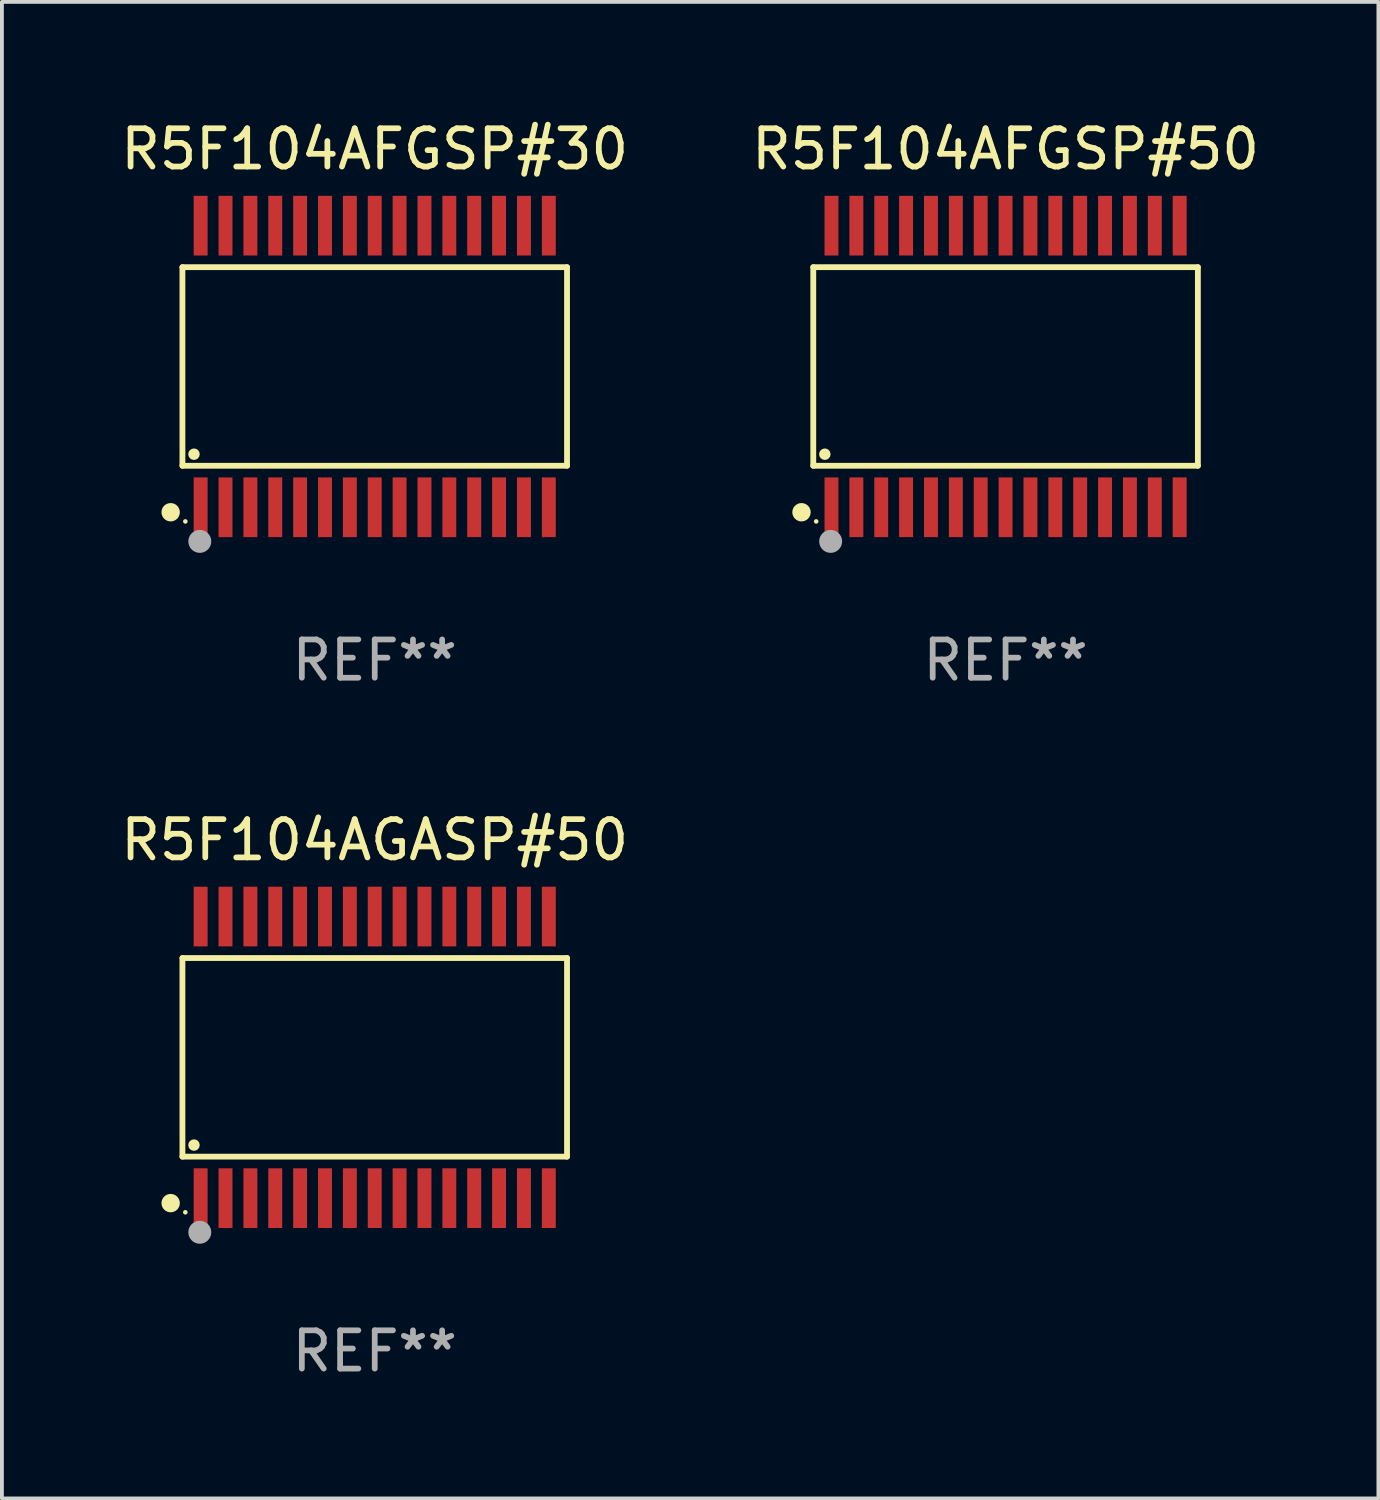
<source format=kicad_pcb>
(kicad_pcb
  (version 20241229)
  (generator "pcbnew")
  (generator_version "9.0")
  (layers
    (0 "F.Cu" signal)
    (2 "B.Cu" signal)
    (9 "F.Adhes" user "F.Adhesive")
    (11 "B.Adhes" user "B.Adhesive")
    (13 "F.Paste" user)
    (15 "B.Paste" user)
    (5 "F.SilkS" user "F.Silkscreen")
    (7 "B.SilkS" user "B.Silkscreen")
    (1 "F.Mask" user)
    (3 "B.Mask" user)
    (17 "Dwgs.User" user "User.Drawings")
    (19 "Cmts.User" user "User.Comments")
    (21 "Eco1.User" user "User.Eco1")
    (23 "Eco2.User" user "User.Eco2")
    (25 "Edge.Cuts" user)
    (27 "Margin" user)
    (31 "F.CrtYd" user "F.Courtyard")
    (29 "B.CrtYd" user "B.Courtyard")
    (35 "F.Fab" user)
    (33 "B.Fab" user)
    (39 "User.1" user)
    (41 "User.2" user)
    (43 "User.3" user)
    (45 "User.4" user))
  (footprint "R5F104AGASP#50"
    (layer "F.Cu")
    (at 6.744 24.585)
    (property "Reference" "R5F104AGASP#50" (at 0 -5.68 0) (layer "F.SilkS") (effects (font (size 1 1) (thickness 0.15))))
    (attr through_hole)
    (fp_line (start -5.026 -2.595) (end 5.026 -2.595) (stroke (width 0.152) (type solid)) (layer "F.SilkS"))
    (fp_line (start -5.026 2.595) (end -5.026 -2.595) (stroke (width 0.152) (type solid)) (layer "F.SilkS"))
    (fp_line (start 5.026 -2.595) (end 5.026 2.595) (stroke (width 0.152) (type solid)) (layer "F.SilkS"))
    (fp_line (start 5.026 2.595) (end -5.026 2.595) (stroke (width 0.152) (type solid)) (layer "F.SilkS"))
    (fp_circle (center -5.334 3.81) (end -5.214 3.81) (stroke (width 0.24) (type solid)) (fill no) (layer "F.SilkS"))
    (fp_circle (center -4.95 4.05) (end -4.92 4.05) (stroke (width 0.06) (type solid)) (fill no) (layer "F.SilkS"))
    (fp_circle (center -4.724 2.293) (end -4.649 2.293) (stroke (width 0.15) (type solid)) (fill no) (layer "F.SilkS"))
    (fp_circle (center -4.572 4.572) (end -4.422 4.572) (stroke (width 0.3) (type solid)) (fill no) (layer "F.Fab"))
    (fp_text user "REF**" (at 0 7.68 0) (layer "F.Fab") (effects (font (size 1 1) (thickness 0.15))))
    (pad "1" smd rect (at -4.55 3.68) (size 0.364 1.56) (layers "F.Cu" "F.Mask" "F.Paste"))
    (pad "2" smd rect (at -3.9 3.68) (size 0.364 1.56) (layers "F.Cu" "F.Mask" "F.Paste"))
    (pad "3" smd rect (at -3.25 3.68) (size 0.364 1.56) (layers "F.Cu" "F.Mask" "F.Paste"))
    (pad "4" smd rect (at -2.6 3.68) (size 0.364 1.56) (layers "F.Cu" "F.Mask" "F.Paste"))
    (pad "5" smd rect (at -1.95 3.68) (size 0.364 1.56) (layers "F.Cu" "F.Mask" "F.Paste"))
    (pad "6" smd rect (at -1.3 3.68) (size 0.364 1.56) (layers "F.Cu" "F.Mask" "F.Paste"))
    (pad "7" smd rect (at -0.65 3.68) (size 0.364 1.56) (layers "F.Cu" "F.Mask" "F.Paste"))
    (pad "8" smd rect (at -0.000013 3.68) (size 0.364 1.56) (layers "F.Cu" "F.Mask" "F.Paste"))
    (pad "9" smd rect (at 0.65 3.68) (size 0.364 1.56) (layers "F.Cu" "F.Mask" "F.Paste"))
    (pad "10" smd rect (at 1.3 3.68) (size 0.364 1.56) (layers "F.Cu" "F.Mask" "F.Paste"))
    (pad "11" smd rect (at 1.95 3.68) (size 0.364 1.56) (layers "F.Cu" "F.Mask" "F.Paste"))
    (pad "12" smd rect (at 2.6 3.68) (size 0.364 1.56) (layers "F.Cu" "F.Mask" "F.Paste"))
    (pad "13" smd rect (at 3.25 3.68) (size 0.364 1.56) (layers "F.Cu" "F.Mask" "F.Paste"))
    (pad "14" smd rect (at 3.9 3.68) (size 0.364 1.56) (layers "F.Cu" "F.Mask" "F.Paste"))
    (pad "15" smd rect (at 4.55 3.68) (size 0.364 1.56) (layers "F.Cu" "F.Mask" "F.Paste"))
    (pad "16" smd rect (at 4.55 -3.68) (size 0.364 1.56) (layers "F.Cu" "F.Mask" "F.Paste"))
    (pad "17" smd rect (at 3.9 -3.68) (size 0.364 1.56) (layers "F.Cu" "F.Mask" "F.Paste"))
    (pad "18" smd rect (at 3.25 -3.68) (size 0.364 1.56) (layers "F.Cu" "F.Mask" "F.Paste"))
    (pad "19" smd rect (at 2.6 -3.68) (size 0.364 1.56) (layers "F.Cu" "F.Mask" "F.Paste"))
    (pad "20" smd rect (at 1.95 -3.68) (size 0.364 1.56) (layers "F.Cu" "F.Mask" "F.Paste"))
    (pad "21" smd rect (at 1.3 -3.68) (size 0.364 1.56) (layers "F.Cu" "F.Mask" "F.Paste"))
    (pad "22" smd rect (at 0.65 -3.68) (size 0.364 1.56) (layers "F.Cu" "F.Mask" "F.Paste"))
    (pad "23" smd rect (at -0.000013 -3.68) (size 0.364 1.56) (layers "F.Cu" "F.Mask" "F.Paste"))
    (pad "24" smd rect (at -0.65 -3.68) (size 0.364 1.56) (layers "F.Cu" "F.Mask" "F.Paste"))
    (pad "25" smd rect (at -1.3 -3.68) (size 0.364 1.56) (layers "F.Cu" "F.Mask" "F.Paste"))
    (pad "26" smd rect (at -1.95 -3.68) (size 0.364 1.56) (layers "F.Cu" "F.Mask" "F.Paste"))
    (pad "27" smd rect (at -2.6 -3.68) (size 0.364 1.56) (layers "F.Cu" "F.Mask" "F.Paste"))
    (pad "28" smd rect (at -3.25 -3.68) (size 0.364 1.56) (layers "F.Cu" "F.Mask" "F.Paste"))
    (pad "29" smd rect (at -3.9 -3.68) (size 0.364 1.56) (layers "F.Cu" "F.Mask" "F.Paste"))
    (pad "30" smd rect (at -4.55 -3.68) (size 0.364 1.56) (layers "F.Cu" "F.Mask" "F.Paste")))
  (footprint "R5F104AFGSP#50"
    (layer "F.Cu")
    (at 23.232 6.528)
    (property "Reference" "R5F104AFGSP#50" (at 0 -5.68 0) (layer "F.SilkS") (effects (font (size 1 1) (thickness 0.15))))
    (attr through_hole)
    (fp_line (start -5.026 -2.595) (end 5.026 -2.595) (stroke (width 0.152) (type solid)) (layer "F.SilkS"))
    (fp_line (start -5.026 2.595) (end -5.026 -2.595) (stroke (width 0.152) (type solid)) (layer "F.SilkS"))
    (fp_line (start 5.026 -2.595) (end 5.026 2.595) (stroke (width 0.152) (type solid)) (layer "F.SilkS"))
    (fp_line (start 5.026 2.595) (end -5.026 2.595) (stroke (width 0.152) (type solid)) (layer "F.SilkS"))
    (fp_circle (center -5.334 3.81) (end -5.214 3.81) (stroke (width 0.24) (type solid)) (fill no) (layer "F.SilkS"))
    (fp_circle (center -4.95 4.05) (end -4.92 4.05) (stroke (width 0.06) (type solid)) (fill no) (layer "F.SilkS"))
    (fp_circle (center -4.724 2.293) (end -4.649 2.293) (stroke (width 0.15) (type solid)) (fill no) (layer "F.SilkS"))
    (fp_circle (center -4.572 4.572) (end -4.422 4.572) (stroke (width 0.3) (type solid)) (fill no) (layer "F.Fab"))
    (fp_text user "REF**" (at 0 7.68 0) (layer "F.Fab") (effects (font (size 1 1) (thickness 0.15))))
    (pad "1" smd rect (at -4.55 3.68) (size 0.364 1.56) (layers "F.Cu" "F.Mask" "F.Paste"))
    (pad "2" smd rect (at -3.9 3.68) (size 0.364 1.56) (layers "F.Cu" "F.Mask" "F.Paste"))
    (pad "3" smd rect (at -3.25 3.68) (size 0.364 1.56) (layers "F.Cu" "F.Mask" "F.Paste"))
    (pad "4" smd rect (at -2.6 3.68) (size 0.364 1.56) (layers "F.Cu" "F.Mask" "F.Paste"))
    (pad "5" smd rect (at -1.95 3.68) (size 0.364 1.56) (layers "F.Cu" "F.Mask" "F.Paste"))
    (pad "6" smd rect (at -1.3 3.68) (size 0.364 1.56) (layers "F.Cu" "F.Mask" "F.Paste"))
    (pad "7" smd rect (at -0.65 3.68) (size 0.364 1.56) (layers "F.Cu" "F.Mask" "F.Paste"))
    (pad "8" smd rect (at -0.000013 3.68) (size 0.364 1.56) (layers "F.Cu" "F.Mask" "F.Paste"))
    (pad "9" smd rect (at 0.65 3.68) (size 0.364 1.56) (layers "F.Cu" "F.Mask" "F.Paste"))
    (pad "10" smd rect (at 1.3 3.68) (size 0.364 1.56) (layers "F.Cu" "F.Mask" "F.Paste"))
    (pad "11" smd rect (at 1.95 3.68) (size 0.364 1.56) (layers "F.Cu" "F.Mask" "F.Paste"))
    (pad "12" smd rect (at 2.6 3.68) (size 0.364 1.56) (layers "F.Cu" "F.Mask" "F.Paste"))
    (pad "13" smd rect (at 3.25 3.68) (size 0.364 1.56) (layers "F.Cu" "F.Mask" "F.Paste"))
    (pad "14" smd rect (at 3.9 3.68) (size 0.364 1.56) (layers "F.Cu" "F.Mask" "F.Paste"))
    (pad "15" smd rect (at 4.55 3.68) (size 0.364 1.56) (layers "F.Cu" "F.Mask" "F.Paste"))
    (pad "16" smd rect (at 4.55 -3.68) (size 0.364 1.56) (layers "F.Cu" "F.Mask" "F.Paste"))
    (pad "17" smd rect (at 3.9 -3.68) (size 0.364 1.56) (layers "F.Cu" "F.Mask" "F.Paste"))
    (pad "18" smd rect (at 3.25 -3.68) (size 0.364 1.56) (layers "F.Cu" "F.Mask" "F.Paste"))
    (pad "19" smd rect (at 2.6 -3.68) (size 0.364 1.56) (layers "F.Cu" "F.Mask" "F.Paste"))
    (pad "20" smd rect (at 1.95 -3.68) (size 0.364 1.56) (layers "F.Cu" "F.Mask" "F.Paste"))
    (pad "21" smd rect (at 1.3 -3.68) (size 0.364 1.56) (layers "F.Cu" "F.Mask" "F.Paste"))
    (pad "22" smd rect (at 0.65 -3.68) (size 0.364 1.56) (layers "F.Cu" "F.Mask" "F.Paste"))
    (pad "23" smd rect (at -0.000013 -3.68) (size 0.364 1.56) (layers "F.Cu" "F.Mask" "F.Paste"))
    (pad "24" smd rect (at -0.65 -3.68) (size 0.364 1.56) (layers "F.Cu" "F.Mask" "F.Paste"))
    (pad "25" smd rect (at -1.3 -3.68) (size 0.364 1.56) (layers "F.Cu" "F.Mask" "F.Paste"))
    (pad "26" smd rect (at -1.95 -3.68) (size 0.364 1.56) (layers "F.Cu" "F.Mask" "F.Paste"))
    (pad "27" smd rect (at -2.6 -3.68) (size 0.364 1.56) (layers "F.Cu" "F.Mask" "F.Paste"))
    (pad "28" smd rect (at -3.25 -3.68) (size 0.364 1.56) (layers "F.Cu" "F.Mask" "F.Paste"))
    (pad "29" smd rect (at -3.9 -3.68) (size 0.364 1.56) (layers "F.Cu" "F.Mask" "F.Paste"))
    (pad "30" smd rect (at -4.55 -3.68) (size 0.364 1.56) (layers "F.Cu" "F.Mask" "F.Paste")))
  (footprint "R5F104AFGSP#30"
    (layer "F.Cu")
    (at 6.744 6.528)
    (property "Reference" "R5F104AFGSP#30" (at 0 -5.68 0) (layer "F.SilkS") (effects (font (size 1 1) (thickness 0.15))))
    (attr through_hole)
    (fp_line (start -5.026 -2.595) (end 5.026 -2.595) (stroke (width 0.152) (type solid)) (layer "F.SilkS"))
    (fp_line (start -5.026 2.595) (end -5.026 -2.595) (stroke (width 0.152) (type solid)) (layer "F.SilkS"))
    (fp_line (start 5.026 -2.595) (end 5.026 2.595) (stroke (width 0.152) (type solid)) (layer "F.SilkS"))
    (fp_line (start 5.026 2.595) (end -5.026 2.595) (stroke (width 0.152) (type solid)) (layer "F.SilkS"))
    (fp_circle (center -5.334 3.81) (end -5.214 3.81) (stroke (width 0.24) (type solid)) (fill no) (layer "F.SilkS"))
    (fp_circle (center -4.95 4.05) (end -4.92 4.05) (stroke (width 0.06) (type solid)) (fill no) (layer "F.SilkS"))
    (fp_circle (center -4.724 2.293) (end -4.649 2.293) (stroke (width 0.15) (type solid)) (fill no) (layer "F.SilkS"))
    (fp_circle (center -4.572 4.572) (end -4.422 4.572) (stroke (width 0.3) (type solid)) (fill no) (layer "F.Fab"))
    (fp_text user "REF**" (at 0 7.68 0) (layer "F.Fab") (effects (font (size 1 1) (thickness 0.15))))
    (pad "1" smd rect (at -4.55 3.68) (size 0.364 1.56) (layers "F.Cu" "F.Mask" "F.Paste"))
    (pad "2" smd rect (at -3.9 3.68) (size 0.364 1.56) (layers "F.Cu" "F.Mask" "F.Paste"))
    (pad "3" smd rect (at -3.25 3.68) (size 0.364 1.56) (layers "F.Cu" "F.Mask" "F.Paste"))
    (pad "4" smd rect (at -2.6 3.68) (size 0.364 1.56) (layers "F.Cu" "F.Mask" "F.Paste"))
    (pad "5" smd rect (at -1.95 3.68) (size 0.364 1.56) (layers "F.Cu" "F.Mask" "F.Paste"))
    (pad "6" smd rect (at -1.3 3.68) (size 0.364 1.56) (layers "F.Cu" "F.Mask" "F.Paste"))
    (pad "7" smd rect (at -0.65 3.68) (size 0.364 1.56) (layers "F.Cu" "F.Mask" "F.Paste"))
    (pad "8" smd rect (at -0.000013 3.68) (size 0.364 1.56) (layers "F.Cu" "F.Mask" "F.Paste"))
    (pad "9" smd rect (at 0.65 3.68) (size 0.364 1.56) (layers "F.Cu" "F.Mask" "F.Paste"))
    (pad "10" smd rect (at 1.3 3.68) (size 0.364 1.56) (layers "F.Cu" "F.Mask" "F.Paste"))
    (pad "11" smd rect (at 1.95 3.68) (size 0.364 1.56) (layers "F.Cu" "F.Mask" "F.Paste"))
    (pad "12" smd rect (at 2.6 3.68) (size 0.364 1.56) (layers "F.Cu" "F.Mask" "F.Paste"))
    (pad "13" smd rect (at 3.25 3.68) (size 0.364 1.56) (layers "F.Cu" "F.Mask" "F.Paste"))
    (pad "14" smd rect (at 3.9 3.68) (size 0.364 1.56) (layers "F.Cu" "F.Mask" "F.Paste"))
    (pad "15" smd rect (at 4.55 3.68) (size 0.364 1.56) (layers "F.Cu" "F.Mask" "F.Paste"))
    (pad "16" smd rect (at 4.55 -3.68) (size 0.364 1.56) (layers "F.Cu" "F.Mask" "F.Paste"))
    (pad "17" smd rect (at 3.9 -3.68) (size 0.364 1.56) (layers "F.Cu" "F.Mask" "F.Paste"))
    (pad "18" smd rect (at 3.25 -3.68) (size 0.364 1.56) (layers "F.Cu" "F.Mask" "F.Paste"))
    (pad "19" smd rect (at 2.6 -3.68) (size 0.364 1.56) (layers "F.Cu" "F.Mask" "F.Paste"))
    (pad "20" smd rect (at 1.95 -3.68) (size 0.364 1.56) (layers "F.Cu" "F.Mask" "F.Paste"))
    (pad "21" smd rect (at 1.3 -3.68) (size 0.364 1.56) (layers "F.Cu" "F.Mask" "F.Paste"))
    (pad "22" smd rect (at 0.65 -3.68) (size 0.364 1.56) (layers "F.Cu" "F.Mask" "F.Paste"))
    (pad "23" smd rect (at -0.000013 -3.68) (size 0.364 1.56) (layers "F.Cu" "F.Mask" "F.Paste"))
    (pad "24" smd rect (at -0.65 -3.68) (size 0.364 1.56) (layers "F.Cu" "F.Mask" "F.Paste"))
    (pad "25" smd rect (at -1.3 -3.68) (size 0.364 1.56) (layers "F.Cu" "F.Mask" "F.Paste"))
    (pad "26" smd rect (at -1.95 -3.68) (size 0.364 1.56) (layers "F.Cu" "F.Mask" "F.Paste"))
    (pad "27" smd rect (at -2.6 -3.68) (size 0.364 1.56) (layers "F.Cu" "F.Mask" "F.Paste"))
    (pad "28" smd rect (at -3.25 -3.68) (size 0.364 1.56) (layers "F.Cu" "F.Mask" "F.Paste"))
    (pad "29" smd rect (at -3.9 -3.68) (size 0.364 1.56) (layers "F.Cu" "F.Mask" "F.Paste"))
    (pad "30" smd rect (at -4.55 -3.68) (size 0.364 1.56) (layers "F.Cu" "F.Mask" "F.Paste")))
  (gr_rect
    (start -3 -3)
    (end 32.976 36.113)
    (stroke (width 0.1) (type default))
    (fill no)
    (layer "Edge.Cuts")))
</source>
